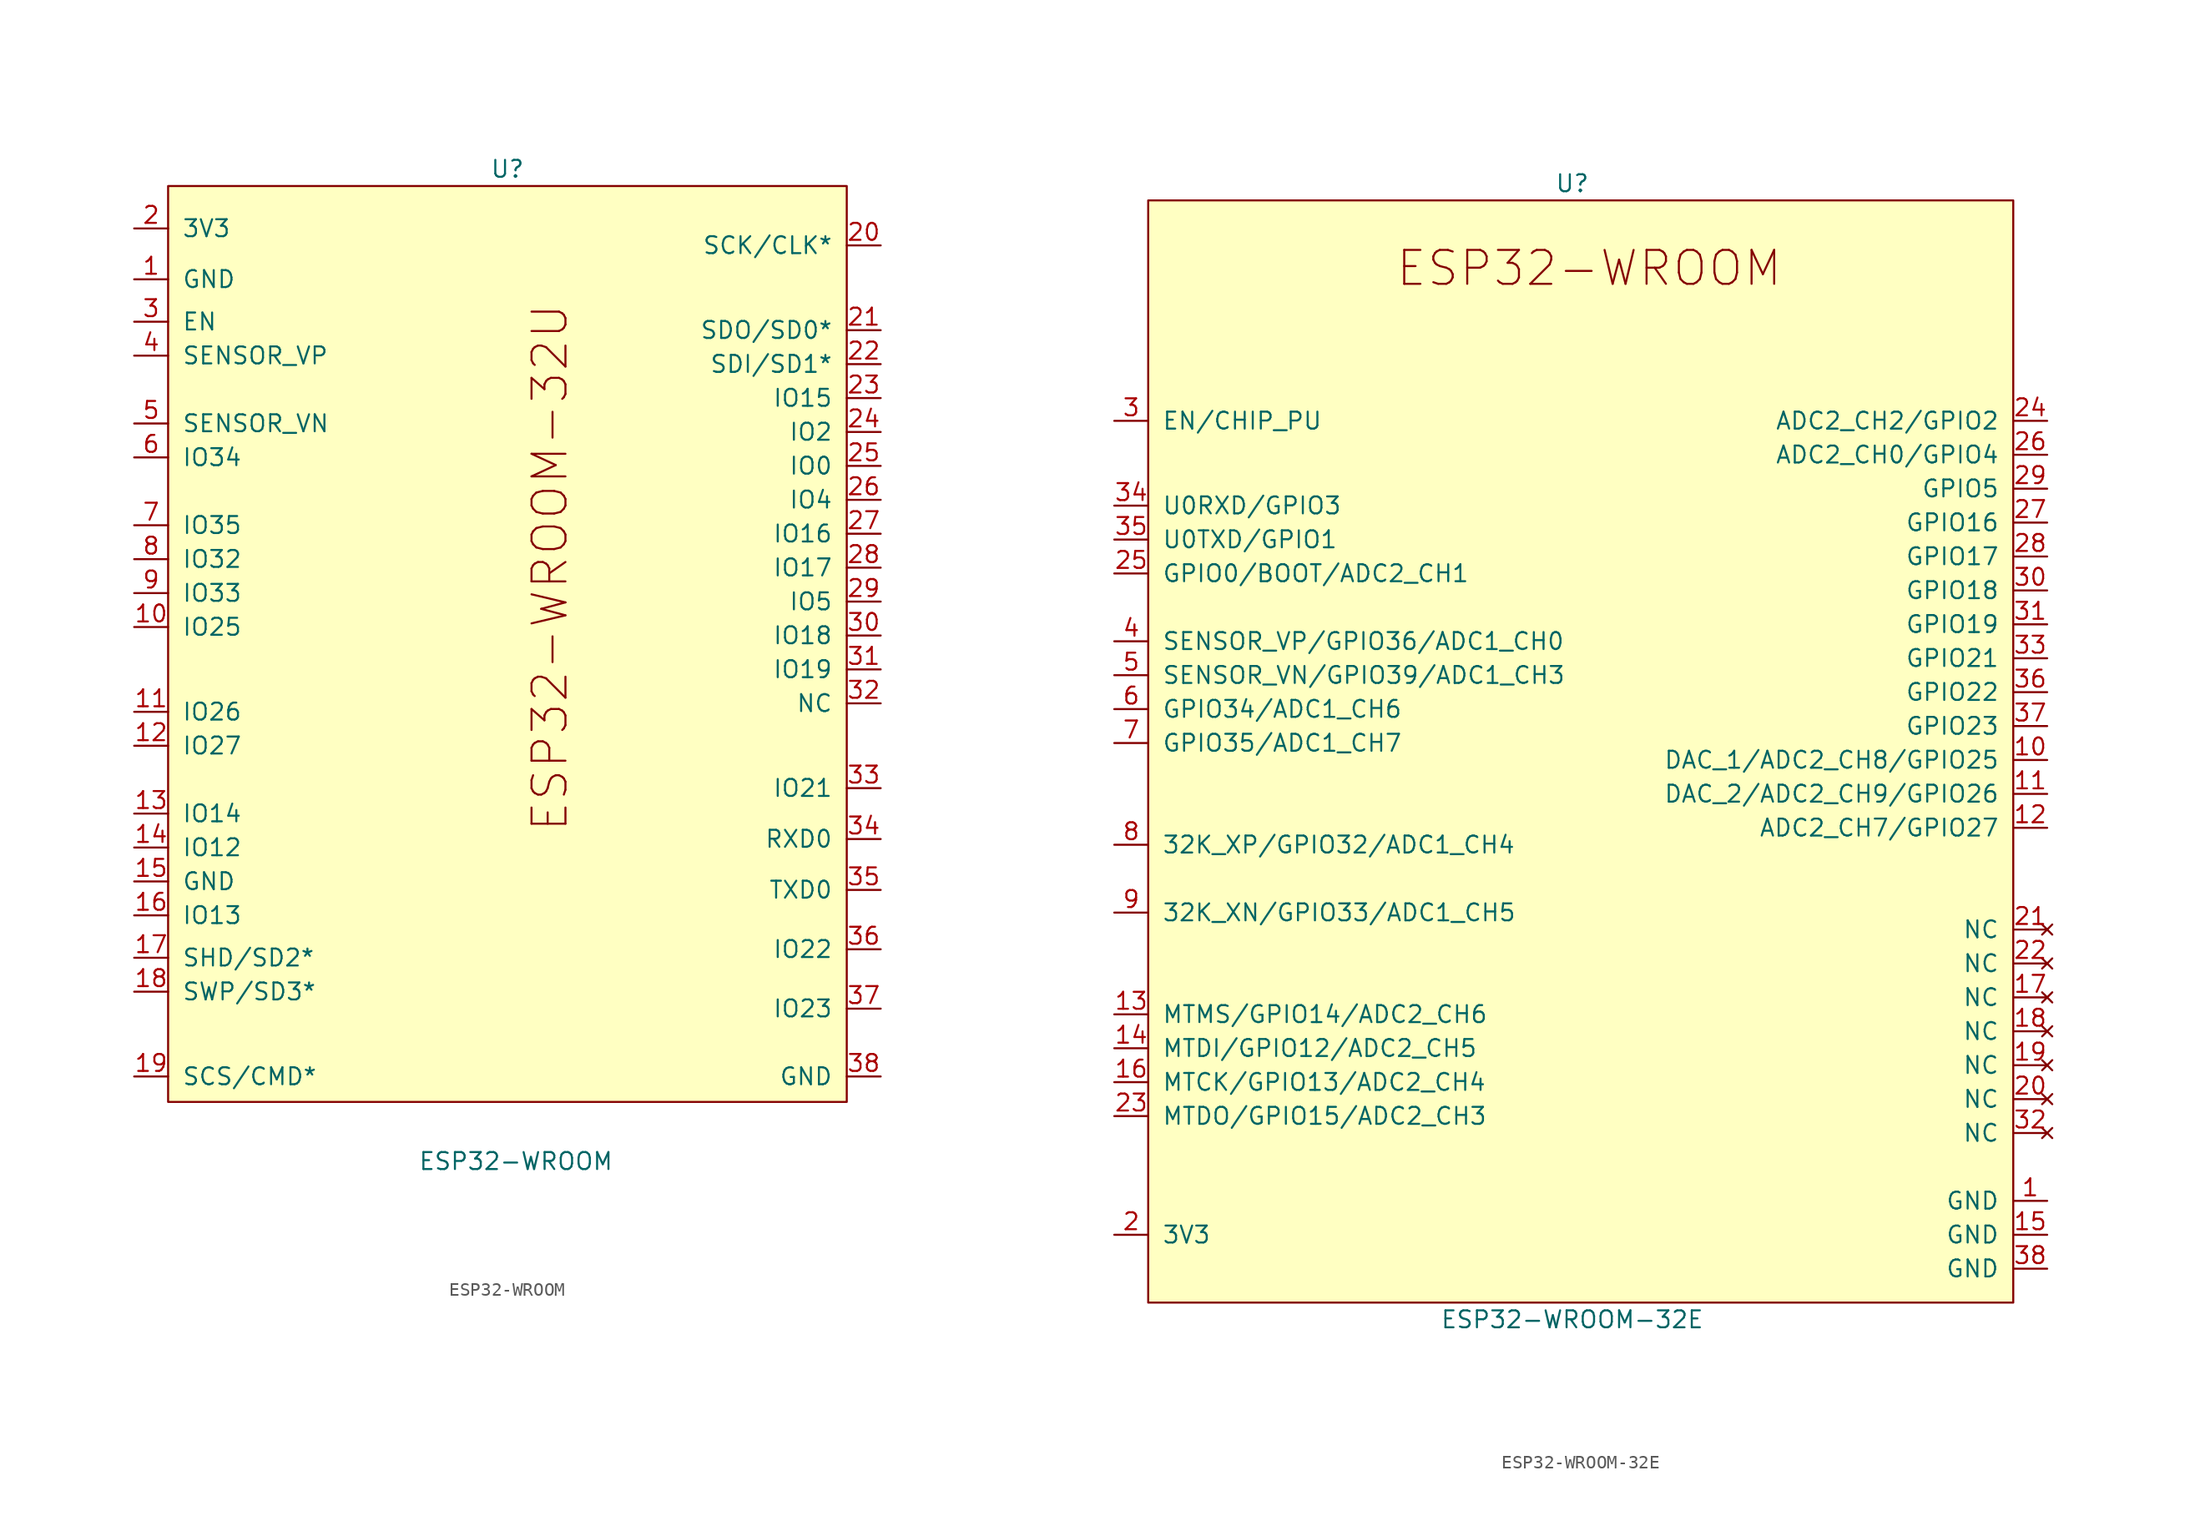
<source format=kicad_sym>
(kicad_symbol_lib
  (version 20211014)
  (generator kicad_symbol_editor)
  (symbol "ESP32-WROOM"
    (pin_names
      (offset 1.016))
    (property "Reference" "U"
      (at 0 31.75 0)
      (effects (font (size 1.27 1.27))))
    (property "Value" "ESP32-WROOM"
      (at 0.635 -42.545 0)
      (effects (font (size 1.27 1.27))))
    (symbol "ESP32-WROOM_0_0"
      (text "ESP32-WROOM-32U" (at 3.175 1.905 900) (effects (font (size 2.54 2.54))))
      (pin bidirectional line (at -27.94 23.495 0) (length 2.54) (name "GND" (effects (font (size 1.27 1.27)))) (number "1" (effects (font (size 1.27 1.27)))))
      (pin bidirectional line (at -27.94 -2.54 0) (length 2.54) (name "IO25" (effects (font (size 1.27 1.27)))) (number "10" (effects (font (size 1.27 1.27)))))
      (pin power_in line (at -27.94 -8.89 0) (length 2.54) (name "IO26" (effects (font (size 1.27 1.27)))) (number "11" (effects (font (size 1.27 1.27)))))
      (pin power_in line (at -27.94 -11.43 0) (length 2.54) (name "IO27" (effects (font (size 1.27 1.27)))) (number "12" (effects (font (size 1.27 1.27)))))
      (pin power_in line (at -27.94 -16.51 0) (length 2.54) (name "IO14" (effects (font (size 1.27 1.27)))) (number "13" (effects (font (size 1.27 1.27)))))
      (pin power_in line (at -27.94 -19.05 0) (length 2.54) (name "IO12" (effects (font (size 1.27 1.27)))) (number "14" (effects (font (size 1.27 1.27)))))
      (pin power_in line (at -27.94 -21.59 0) (length 2.54) (name "GND" (effects (font (size 1.27 1.27)))) (number "15" (effects (font (size 1.27 1.27)))))
      (pin power_in line (at -27.94 -24.13 0) (length 2.54) (name "IO13" (effects (font (size 1.27 1.27)))) (number "16" (effects (font (size 1.27 1.27)))))
      (pin bidirectional line (at -27.94 -27.305 0) (length 2.54) (name "SHD/SD2*" (effects (font (size 1.27 1.27)))) (number "17" (effects (font (size 1.27 1.27)))))
      (pin bidirectional line (at -27.94 -29.845 0) (length 2.54) (name "SWP/SD3*" (effects (font (size 1.27 1.27)))) (number "18" (effects (font (size 1.27 1.27)))))
      (pin bidirectional line (at -27.94 -36.195 0) (length 2.54) (name "SCS/CMD*" (effects (font (size 1.27 1.27)))) (number "19" (effects (font (size 1.27 1.27)))))
      (pin input line (at -27.94 27.305 0) (length 2.54) (name "3V3" (effects (font (size 1.27 1.27)))) (number "2" (effects (font (size 1.27 1.27)))))
      (pin bidirectional line (at 27.94 26.035 180) (length 2.54) (name "SCK/CLK*" (effects (font (size 1.27 1.27)))) (number "20" (effects (font (size 1.27 1.27)))))
      (pin bidirectional line (at 27.94 19.685 180) (length 2.54) (name "SDO/SD0*" (effects (font (size 1.27 1.27)))) (number "21" (effects (font (size 1.27 1.27)))))
      (pin bidirectional line (at 27.94 17.145 180) (length 2.54) (name "SDI/SD1*" (effects (font (size 1.27 1.27)))) (number "22" (effects (font (size 1.27 1.27)))))
      (pin bidirectional line (at 27.94 14.605 180) (length 2.54) (name "IO15" (effects (font (size 1.27 1.27)))) (number "23" (effects (font (size 1.27 1.27)))))
      (pin bidirectional line (at 27.94 12.065 180) (length 2.54) (name "IO2" (effects (font (size 1.27 1.27)))) (number "24" (effects (font (size 1.27 1.27)))))
      (pin bidirectional line (at 27.94 9.525 180) (length 2.54) (name "IO0" (effects (font (size 1.27 1.27)))) (number "25" (effects (font (size 1.27 1.27)))))
      (pin bidirectional line (at 27.94 6.985 180) (length 2.54) (name "IO4" (effects (font (size 1.27 1.27)))) (number "26" (effects (font (size 1.27 1.27)))))
      (pin bidirectional line (at 27.94 4.445 180) (length 2.54) (name "IO16" (effects (font (size 1.27 1.27)))) (number "27" (effects (font (size 1.27 1.27)))))
      (pin bidirectional line (at 27.94 1.905 180) (length 2.54) (name "IO17" (effects (font (size 1.27 1.27)))) (number "28" (effects (font (size 1.27 1.27)))))
      (pin bidirectional line (at 27.94 -0.635 180) (length 2.54) (name "IO5" (effects (font (size 1.27 1.27)))) (number "29" (effects (font (size 1.27 1.27)))))
      (pin output line (at -27.94 20.32 0) (length 2.54) (name "EN" (effects (font (size 1.27 1.27)))) (number "3" (effects (font (size 1.27 1.27)))))
      (pin bidirectional line (at 27.94 -3.175 180) (length 2.54) (name "IO18" (effects (font (size 1.27 1.27)))) (number "30" (effects (font (size 1.27 1.27)))))
      (pin bidirectional line (at 27.94 -5.715 180) (length 2.54) (name "IO19" (effects (font (size 1.27 1.27)))) (number "31" (effects (font (size 1.27 1.27)))))
      (pin bidirectional line (at 27.94 -8.255 180) (length 2.54) (name "NC" (effects (font (size 1.27 1.27)))) (number "32" (effects (font (size 1.27 1.27)))))
      (pin power_in line (at 27.94 -14.605 180) (length 2.54) (name "IO21" (effects (font (size 1.27 1.27)))) (number "33" (effects (font (size 1.27 1.27)))))
      (pin power_in line (at 27.94 -18.415 180) (length 2.54) (name "RXD0" (effects (font (size 1.27 1.27)))) (number "34" (effects (font (size 1.27 1.27)))))
      (pin power_in line (at 27.94 -22.225 180) (length 2.54) (name "TXD0" (effects (font (size 1.27 1.27)))) (number "35" (effects (font (size 1.27 1.27)))))
      (pin power_in line (at 27.94 -26.67 180) (length 2.54) (name "IO22" (effects (font (size 1.27 1.27)))) (number "36" (effects (font (size 1.27 1.27)))))
      (pin power_in line (at 27.94 -31.115 180) (length 2.54) (name "IO23" (effects (font (size 1.27 1.27)))) (number "37" (effects (font (size 1.27 1.27)))))
      (pin power_in line (at 27.94 -36.195 180) (length 2.54) (name "GND" (effects (font (size 1.27 1.27)))) (number "38" (effects (font (size 1.27 1.27)))))
      (pin input line (at -27.94 17.78 0) (length 2.54) (name "SENSOR_VP" (effects (font (size 1.27 1.27)))) (number "4" (effects (font (size 1.27 1.27)))))
      (pin output line (at -27.94 12.7 0) (length 2.54) (name "SENSOR_VN" (effects (font (size 1.27 1.27)))) (number "5" (effects (font (size 1.27 1.27)))))
      (pin input line (at -27.94 10.16 0) (length 2.54) (name "IO34" (effects (font (size 1.27 1.27)))) (number "6" (effects (font (size 1.27 1.27)))))
      (pin bidirectional line (at -27.94 5.08 0) (length 2.54) (name "IO35" (effects (font (size 1.27 1.27)))) (number "7" (effects (font (size 1.27 1.27)))))
      (pin bidirectional line (at -27.94 2.54 0) (length 2.54) (name "IO32" (effects (font (size 1.27 1.27)))) (number "8" (effects (font (size 1.27 1.27)))))
      (pin bidirectional line (at -27.94 0 0) (length 2.54) (name "IO33" (effects (font (size 1.27 1.27)))) (number "9" (effects (font (size 1.27 1.27))))))
    (symbol "ESP32-WROOM_0_1"
      (rectangle (start -25.4 30.48) (end 25.4 -38.1) (stroke (width 0) (type default) (color 0 0 0 0)) (fill (type background)))))
  (symbol "ESP32-WROOM-32E"
    (pin_names
      (offset 1.016))
    (property "Reference" "U"
      (at 0 43.18 0)
      (effects (font (size 1.27 1.27))))
    (property "Value" "ESP32-WROOM-32E"
      (at 0 -41.91 0)
      (effects (font (size 1.27 1.27))))
    (symbol "ESP32-WROOM-32E_0_1"
      (rectangle (start 33.02 41.91) (end -31.75 -40.64) (stroke (width 0) (type default) (color 0 0 0 0)) (fill (type background))))
    (symbol "ESP32-WROOM-32E_1_1"
      (text "ESP32-­WROOM­" (at 1.27 36.83 0) (effects (font (size 2.54 2.54))))
      (pin power_in line (at 35.56 -33.02 180) (length 2.54) (name "GND" (effects (font (size 1.27 1.27)))) (number "1" (effects (font (size 1.27 1.27)))))
      (pin bidirectional line (at 35.56 0 180) (length 2.54) (name "DAC_1/ADC2_CH8/GPIO25" (effects (font (size 1.27 1.27)))) (number "10" (effects (font (size 1.27 1.27)))))
      (pin bidirectional line (at 35.56 -2.54 180) (length 2.54) (name "DAC_2/ADC2_CH9/GPIO26" (effects (font (size 1.27 1.27)))) (number "11" (effects (font (size 1.27 1.27)))))
      (pin bidirectional line (at 35.56 -5.08 180) (length 2.54) (name "ADC2_CH7/GPIO27" (effects (font (size 1.27 1.27)))) (number "12" (effects (font (size 1.27 1.27)))))
      (pin bidirectional line (at -34.29 -19.05 0) (length 2.54) (name "MTMS/GPIO14/ADC2_CH6" (effects (font (size 1.27 1.27)))) (number "13" (effects (font (size 1.27 1.27)))))
      (pin bidirectional line (at -34.29 -21.59 0) (length 2.54) (name "MTDI/GPIO12/ADC2_CH5" (effects (font (size 1.27 1.27)))) (number "14" (effects (font (size 1.27 1.27)))))
      (pin power_in line (at 35.56 -35.56 180) (length 2.54) (name "GND" (effects (font (size 1.27 1.27)))) (number "15" (effects (font (size 1.27 1.27)))))
      (pin bidirectional line (at -34.29 -24.13 0) (length 2.54) (name "MTCK/GPIO13/ADC2_CH4" (effects (font (size 1.27 1.27)))) (number "16" (effects (font (size 1.27 1.27)))))
      (pin no_connect line (at 35.56 -17.78 180) (length 2.54) (name "NC" (effects (font (size 1.27 1.27)))) (number "17" (effects (font (size 1.27 1.27)))))
      (pin no_connect line (at 35.56 -20.32 180) (length 2.54) (name "NC" (effects (font (size 1.27 1.27)))) (number "18" (effects (font (size 1.27 1.27)))))
      (pin no_connect line (at 35.56 -22.86 180) (length 2.54) (name "NC" (effects (font (size 1.27 1.27)))) (number "19" (effects (font (size 1.27 1.27)))))
      (pin power_in line (at -34.29 -35.56 0) (length 2.54) (name "3V3" (effects (font (size 1.27 1.27)))) (number "2" (effects (font (size 1.27 1.27)))))
      (pin no_connect line (at 35.56 -25.4 180) (length 2.54) (name "NC" (effects (font (size 1.27 1.27)))) (number "20" (effects (font (size 1.27 1.27)))))
      (pin no_connect line (at 35.56 -12.7 180) (length 2.54) (name "NC" (effects (font (size 1.27 1.27)))) (number "21" (effects (font (size 1.27 1.27)))))
      (pin no_connect line (at 35.56 -15.24 180) (length 2.54) (name "NC" (effects (font (size 1.27 1.27)))) (number "22" (effects (font (size 1.27 1.27)))))
      (pin bidirectional line (at -34.29 -26.67 0) (length 2.54) (name "MTDO/GPIO15/ADC2_CH3" (effects (font (size 1.27 1.27)))) (number "23" (effects (font (size 1.27 1.27)))))
      (pin bidirectional line (at 35.56 25.4 180) (length 2.54) (name "ADC2_CH2/GPIO2" (effects (font (size 1.27 1.27)))) (number "24" (effects (font (size 1.27 1.27)))))
      (pin bidirectional line (at -34.29 13.97 0) (length 2.54) (name "GPIO0/BOOT/ADC2_CH1" (effects (font (size 1.27 1.27)))) (number "25" (effects (font (size 1.27 1.27)))))
      (pin bidirectional line (at 35.56 22.86 180) (length 2.54) (name "ADC2_CH0/GPIO4" (effects (font (size 1.27 1.27)))) (number "26" (effects (font (size 1.27 1.27)))))
      (pin bidirectional line (at 35.56 17.78 180) (length 2.54) (name "GPIO16" (effects (font (size 1.27 1.27)))) (number "27" (effects (font (size 1.27 1.27)))))
      (pin bidirectional line (at 35.56 15.24 180) (length 2.54) (name "GPIO17" (effects (font (size 1.27 1.27)))) (number "28" (effects (font (size 1.27 1.27)))))
      (pin bidirectional line (at 35.56 20.32 180) (length 2.54) (name "GPIO5" (effects (font (size 1.27 1.27)))) (number "29" (effects (font (size 1.27 1.27)))))
      (pin input line (at -34.29 25.4 0) (length 2.54) (name "EN/CHIP_PU" (effects (font (size 1.27 1.27)))) (number "3" (effects (font (size 1.27 1.27)))))
      (pin bidirectional line (at 35.56 12.7 180) (length 2.54) (name "GPIO18" (effects (font (size 1.27 1.27)))) (number "30" (effects (font (size 1.27 1.27)))))
      (pin bidirectional line (at 35.56 10.16 180) (length 2.54) (name "GPIO19" (effects (font (size 1.27 1.27)))) (number "31" (effects (font (size 1.27 1.27)))))
      (pin no_connect line (at 35.56 -27.94 180) (length 2.54) (name "NC" (effects (font (size 1.27 1.27)))) (number "32" (effects (font (size 1.27 1.27)))))
      (pin bidirectional line (at 35.56 7.62 180) (length 2.54) (name "GPIO21" (effects (font (size 1.27 1.27)))) (number "33" (effects (font (size 1.27 1.27)))))
      (pin bidirectional line (at -34.29 19.05 0) (length 2.54) (name "U0RXD/GPIO3" (effects (font (size 1.27 1.27)))) (number "34" (effects (font (size 1.27 1.27)))))
      (pin bidirectional line (at -34.29 16.51 0) (length 2.54) (name "U0TXD/GPIO1" (effects (font (size 1.27 1.27)))) (number "35" (effects (font (size 1.27 1.27)))))
      (pin bidirectional line (at 35.56 5.08 180) (length 2.54) (name "GPIO22" (effects (font (size 1.27 1.27)))) (number "36" (effects (font (size 1.27 1.27)))))
      (pin bidirectional line (at 35.56 2.54 180) (length 2.54) (name "GPIO23" (effects (font (size 1.27 1.27)))) (number "37" (effects (font (size 1.27 1.27)))))
      (pin power_in line (at 35.56 -38.1 180) (length 2.54) (name "GND" (effects (font (size 1.27 1.27)))) (number "38" (effects (font (size 1.27 1.27)))))
      (pin input line (at -34.29 8.89 0) (length 2.54) (name "SENSOR_VP/GPIO36/ADC1_CH0" (effects (font (size 1.27 1.27)))) (number "4" (effects (font (size 1.27 1.27)))))
      (pin input line (at -34.29 6.35 0) (length 2.54) (name "SENSOR_VN/GPIO39/ADC1_CH3" (effects (font (size 1.27 1.27)))) (number "5" (effects (font (size 1.27 1.27)))))
      (pin input line (at -34.29 3.81 0) (length 2.54) (name "GPIO34/ADC1_CH6" (effects (font (size 1.27 1.27)))) (number "6" (effects (font (size 1.27 1.27)))))
      (pin input line (at -34.29 1.27 0) (length 2.54) (name "GPIO35/ADC1_CH7" (effects (font (size 1.27 1.27)))) (number "7" (effects (font (size 1.27 1.27)))))
      (pin bidirectional line (at -34.29 -6.35 0) (length 2.54) (name "32K_XP/GPIO32/ADC1_CH4" (effects (font (size 1.27 1.27)))) (number "8" (effects (font (size 1.27 1.27)))))
      (pin bidirectional line (at -34.29 -11.43 0) (length 2.54) (name "32K_XN/GPIO33/ADC1_CH5" (effects (font (size 1.27 1.27)))) (number "9" (effects (font (size 1.27 1.27))))))))
</source>
